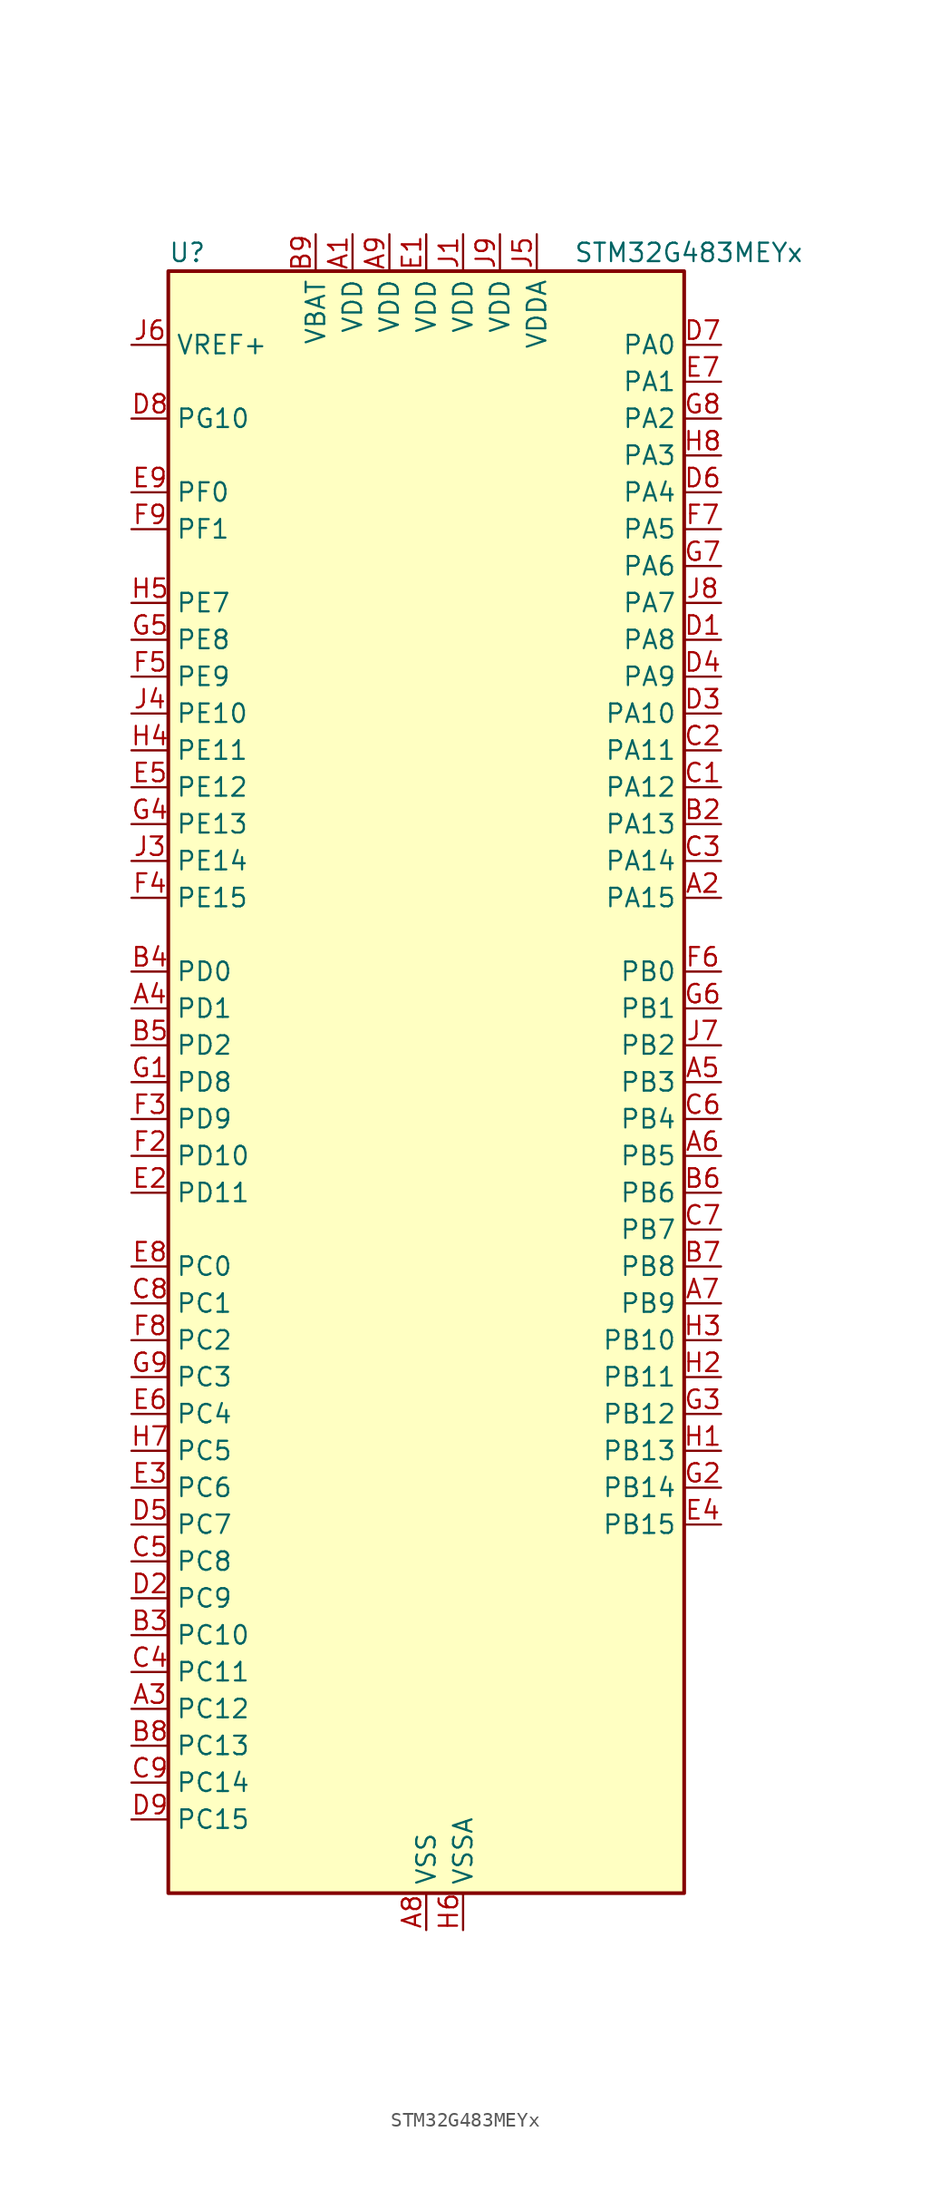
<source format=kicad_sym>
(kicad_symbol_lib
  (version 20241209)
  (generator "kicad_symbol_editor")
  (generator_version "9.0")
  (symbol "STM32G483MEYx"
    (property "Reference" "U"
      (at -17.78 57.15 0)
      (effects (font (size 1.27 1.27)) (justify left)))
    (property "Value" "STM32G483MEYx"
      (at 10.16 57.15 0)
      (effects (font (size 1.27 1.27)) (justify left)))
    (symbol "STM32G483MEYx_0_1"
      (rectangle (start -17.78 -55.88) (end 17.78 55.88) (stroke (width 0.254) (type default)) (fill (type background))))
    (symbol "STM32G483MEYx_1_1"
      (pin input line (at -20.32 50.8 0) (length 2.54) (name "VREF+" (effects (font (size 1.27 1.27)))) (number "J6" (effects (font (size 1.27 1.27)))) (alternate "VREFBUF_OUT" bidirectional line))
      (pin bidirectional line (at -20.32 45.72 0) (length 2.54) (name "PG10" (effects (font (size 1.27 1.27)))) (number "D8" (effects (font (size 1.27 1.27)))) (alternate "DAC1_EXTI10" bidirectional line) (alternate "DAC2_EXTI10" bidirectional line) (alternate "DAC3_EXTI10" bidirectional line) (alternate "DAC4_EXTI10" bidirectional line) (alternate "RCC_MCO" bidirectional line))
      (pin bidirectional line (at -20.32 40.64 0) (length 2.54) (name "PF0" (effects (font (size 1.27 1.27)))) (number "E9" (effects (font (size 1.27 1.27)))) (alternate "ADC1_IN10" bidirectional line) (alternate "I2C2_SDA" bidirectional line) (alternate "I2S2_WS" bidirectional line) (alternate "RCC_OSC_IN" bidirectional line) (alternate "SPI2_NSS" bidirectional line) (alternate "TIM1_CH3N" bidirectional line))
      (pin bidirectional line (at -20.32 38.1 0) (length 2.54) (name "PF1" (effects (font (size 1.27 1.27)))) (number "F9" (effects (font (size 1.27 1.27)))) (alternate "ADC2_IN10" bidirectional line) (alternate "COMP3_INM" bidirectional line) (alternate "I2S2_CK" bidirectional line) (alternate "RCC_OSC_OUT" bidirectional line) (alternate "SPI2_SCK" bidirectional line))
      (pin bidirectional line (at -20.32 33.02 0) (length 2.54) (name "PE7" (effects (font (size 1.27 1.27)))) (number "H5" (effects (font (size 1.27 1.27)))) (alternate "ADC3_IN4" bidirectional line) (alternate "COMP4_INP" bidirectional line) (alternate "SAI1_SD_B" bidirectional line) (alternate "TIM1_ETR" bidirectional line))
      (pin bidirectional line (at -20.32 30.48 0) (length 2.54) (name "PE8" (effects (font (size 1.27 1.27)))) (number "G5" (effects (font (size 1.27 1.27)))) (alternate "ADC3_IN6" bidirectional line) (alternate "ADC4_IN6" bidirectional line) (alternate "ADC5_IN6" bidirectional line) (alternate "COMP4_INM" bidirectional line) (alternate "SAI1_SCK_B" bidirectional line) (alternate "TIM1_CH1N" bidirectional line) (alternate "TIM5_CH3" bidirectional line))
      (pin bidirectional line (at -20.32 27.94 0) (length 2.54) (name "PE9" (effects (font (size 1.27 1.27)))) (number "F5" (effects (font (size 1.27 1.27)))) (alternate "ADC3_IN2" bidirectional line) (alternate "DAC1_EXTI9" bidirectional line) (alternate "DAC2_EXTI9" bidirectional line) (alternate "DAC3_EXTI9" bidirectional line) (alternate "DAC4_EXTI9" bidirectional line) (alternate "SAI1_FS_B" bidirectional line) (alternate "TIM1_CH1" bidirectional line) (alternate "TIM5_CH4" bidirectional line))
      (pin bidirectional line (at -20.32 25.4 0) (length 2.54) (name "PE10" (effects (font (size 1.27 1.27)))) (number "J4" (effects (font (size 1.27 1.27)))) (alternate "ADC3_IN14" bidirectional line) (alternate "ADC4_IN14" bidirectional line) (alternate "ADC5_IN14" bidirectional line) (alternate "DAC1_EXTI10" bidirectional line) (alternate "DAC2_EXTI10" bidirectional line) (alternate "DAC3_EXTI10" bidirectional line) (alternate "DAC4_EXTI10" bidirectional line) (alternate "QUADSPI1_CLK" bidirectional line) (alternate "SAI1_MCLK_B" bidirectional line) (alternate "TIM1_CH2N" bidirectional line))
      (pin bidirectional line (at -20.32 22.86 0) (length 2.54) (name "PE11" (effects (font (size 1.27 1.27)))) (number "H4" (effects (font (size 1.27 1.27)))) (alternate "ADC1_EXTI11" bidirectional line) (alternate "ADC2_EXTI11" bidirectional line) (alternate "ADC3_IN15" bidirectional line) (alternate "ADC4_IN15" bidirectional line) (alternate "ADC5_IN15" bidirectional line) (alternate "QUADSPI1_BK1_NCS" bidirectional line) (alternate "SPI4_NSS" bidirectional line) (alternate "TIM1_CH2" bidirectional line))
      (pin bidirectional line (at -20.32 20.32 0) (length 2.54) (name "PE12" (effects (font (size 1.27 1.27)))) (number "E5" (effects (font (size 1.27 1.27)))) (alternate "ADC3_IN16" bidirectional line) (alternate "ADC4_IN16" bidirectional line) (alternate "ADC5_IN16" bidirectional line) (alternate "QUADSPI1_BK1_IO0" bidirectional line) (alternate "SPI4_SCK" bidirectional line) (alternate "TIM1_CH3N" bidirectional line))
      (pin bidirectional line (at -20.32 17.78 0) (length 2.54) (name "PE13" (effects (font (size 1.27 1.27)))) (number "G4" (effects (font (size 1.27 1.27)))) (alternate "ADC3_IN3" bidirectional line) (alternate "QUADSPI1_BK1_IO1" bidirectional line) (alternate "SPI4_MISO" bidirectional line) (alternate "TIM1_CH3" bidirectional line))
      (pin bidirectional line (at -20.32 15.24 0) (length 2.54) (name "PE14" (effects (font (size 1.27 1.27)))) (number "J3" (effects (font (size 1.27 1.27)))) (alternate "ADC4_IN1" bidirectional line) (alternate "QUADSPI1_BK1_IO2" bidirectional line) (alternate "SPI4_MOSI" bidirectional line) (alternate "TIM1_BKIN2" bidirectional line) (alternate "TIM1_CH4" bidirectional line))
      (pin bidirectional line (at -20.32 12.7 0) (length 2.54) (name "PE15" (effects (font (size 1.27 1.27)))) (number "F4" (effects (font (size 1.27 1.27)))) (alternate "ADC1_EXTI15" bidirectional line) (alternate "ADC2_EXTI15" bidirectional line) (alternate "ADC4_IN2" bidirectional line) (alternate "QUADSPI1_BK1_IO3" bidirectional line) (alternate "TIM1_BKIN" bidirectional line) (alternate "TIM1_CH4N" bidirectional line) (alternate "USART3_RX" bidirectional line))
      (pin bidirectional line (at -20.32 7.62 0) (length 2.54) (name "PD0" (effects (font (size 1.27 1.27)))) (number "B4" (effects (font (size 1.27 1.27)))) (alternate "FDCAN1_RX" bidirectional line) (alternate "TIM8_CH4N" bidirectional line))
      (pin bidirectional line (at -20.32 5.08 0) (length 2.54) (name "PD1" (effects (font (size 1.27 1.27)))) (number "A4" (effects (font (size 1.27 1.27)))) (alternate "FDCAN1_TX" bidirectional line) (alternate "TIM8_BKIN2" bidirectional line) (alternate "TIM8_CH4" bidirectional line))
      (pin bidirectional line (at -20.32 2.54 0) (length 2.54) (name "PD2" (effects (font (size 1.27 1.27)))) (number "B5" (effects (font (size 1.27 1.27)))) (alternate "ADC3_EXTI2" bidirectional line) (alternate "ADC4_EXTI2" bidirectional line) (alternate "ADC5_EXTI2" bidirectional line) (alternate "TIM3_ETR" bidirectional line) (alternate "TIM8_BKIN" bidirectional line) (alternate "UART5_RX" bidirectional line))
      (pin bidirectional line (at -20.32 0 0) (length 2.54) (name "PD8" (effects (font (size 1.27 1.27)))) (number "G1" (effects (font (size 1.27 1.27)))) (alternate "ADC4_IN12" bidirectional line) (alternate "ADC5_IN12" bidirectional line) (alternate "OPAMP4_VINM" bidirectional line) (alternate "OPAMP4_VINM1" bidirectional line) (alternate "OPAMP4_VINM_SEC" bidirectional line) (alternate "USART3_TX" bidirectional line))
      (pin bidirectional line (at -20.32 -2.54 0) (length 2.54) (name "PD9" (effects (font (size 1.27 1.27)))) (number "F3" (effects (font (size 1.27 1.27)))) (alternate "ADC4_IN13" bidirectional line) (alternate "ADC5_IN13" bidirectional line) (alternate "DAC1_EXTI9" bidirectional line) (alternate "DAC2_EXTI9" bidirectional line) (alternate "DAC3_EXTI9" bidirectional line) (alternate "DAC4_EXTI9" bidirectional line) (alternate "OPAMP6_VINP" bidirectional line) (alternate "OPAMP6_VINP_SEC" bidirectional line) (alternate "USART3_RX" bidirectional line))
      (pin bidirectional line (at -20.32 -5.08 0) (length 2.54) (name "PD10" (effects (font (size 1.27 1.27)))) (number "F2" (effects (font (size 1.27 1.27)))) (alternate "ADC3_IN7" bidirectional line) (alternate "ADC4_IN7" bidirectional line) (alternate "ADC5_IN7" bidirectional line) (alternate "COMP6_INM" bidirectional line) (alternate "DAC1_EXTI10" bidirectional line) (alternate "DAC2_EXTI10" bidirectional line) (alternate "DAC3_EXTI10" bidirectional line) (alternate "DAC4_EXTI10" bidirectional line) (alternate "USART3_CK" bidirectional line))
      (pin bidirectional line (at -20.32 -7.62 0) (length 2.54) (name "PD11" (effects (font (size 1.27 1.27)))) (number "E2" (effects (font (size 1.27 1.27)))) (alternate "ADC1_EXTI11" bidirectional line) (alternate "ADC2_EXTI11" bidirectional line) (alternate "ADC3_IN8" bidirectional line) (alternate "ADC4_IN8" bidirectional line) (alternate "ADC5_IN8" bidirectional line) (alternate "COMP6_INP" bidirectional line) (alternate "I2C4_SMBA" bidirectional line) (alternate "OPAMP4_VINP" bidirectional line) (alternate "OPAMP4_VINP_SEC" bidirectional line) (alternate "TIM5_ETR" bidirectional line) (alternate "USART3_CTS" bidirectional line) (alternate "USART3_NSS" bidirectional line))
      (pin bidirectional line (at -20.32 -12.7 0) (length 2.54) (name "PC0" (effects (font (size 1.27 1.27)))) (number "E8" (effects (font (size 1.27 1.27)))) (alternate "ADC1_IN6" bidirectional line) (alternate "ADC2_IN6" bidirectional line) (alternate "COMP3_INM" bidirectional line) (alternate "LPTIM1_IN1" bidirectional line) (alternate "LPUART1_RX" bidirectional line) (alternate "TIM1_CH1" bidirectional line))
      (pin bidirectional line (at -20.32 -15.24 0) (length 2.54) (name "PC1" (effects (font (size 1.27 1.27)))) (number "C8" (effects (font (size 1.27 1.27)))) (alternate "ADC1_IN7" bidirectional line) (alternate "ADC2_IN7" bidirectional line) (alternate "COMP3_INP" bidirectional line) (alternate "LPTIM1_OUT" bidirectional line) (alternate "LPUART1_TX" bidirectional line) (alternate "QUADSPI1_BK2_IO0" bidirectional line) (alternate "SAI1_SD_A" bidirectional line) (alternate "TIM1_CH2" bidirectional line))
      (pin bidirectional line (at -20.32 -17.78 0) (length 2.54) (name "PC2" (effects (font (size 1.27 1.27)))) (number "F8" (effects (font (size 1.27 1.27)))) (alternate "ADC1_IN8" bidirectional line) (alternate "ADC2_IN8" bidirectional line) (alternate "ADC3_EXTI2" bidirectional line) (alternate "ADC4_EXTI2" bidirectional line) (alternate "ADC5_EXTI2" bidirectional line) (alternate "COMP3_OUT" bidirectional line) (alternate "LPTIM1_IN2" bidirectional line) (alternate "QUADSPI1_BK2_IO1" bidirectional line) (alternate "TIM1_CH3" bidirectional line) (alternate "TIM20_CH2" bidirectional line))
      (pin bidirectional line (at -20.32 -20.32 0) (length 2.54) (name "PC3" (effects (font (size 1.27 1.27)))) (number "G9" (effects (font (size 1.27 1.27)))) (alternate "ADC1_IN9" bidirectional line) (alternate "ADC2_IN9" bidirectional line) (alternate "ADC3_EXTI3" bidirectional line) (alternate "ADC4_EXTI3" bidirectional line) (alternate "ADC5_EXTI3" bidirectional line) (alternate "LPTIM1_ETR" bidirectional line) (alternate "OPAMP5_VINP" bidirectional line) (alternate "OPAMP5_VINP_SEC" bidirectional line) (alternate "QUADSPI1_BK2_IO2" bidirectional line) (alternate "SAI1_D1" bidirectional line) (alternate "SAI1_SD_A" bidirectional line) (alternate "TIM1_BKIN2" bidirectional line) (alternate "TIM1_CH4" bidirectional line))
      (pin bidirectional line (at -20.32 -22.86 0) (length 2.54) (name "PC4" (effects (font (size 1.27 1.27)))) (number "E6" (effects (font (size 1.27 1.27)))) (alternate "ADC2_IN5" bidirectional line) (alternate "I2C2_SCL" bidirectional line) (alternate "QUADSPI1_BK2_IO3" bidirectional line) (alternate "TIM1_ETR" bidirectional line) (alternate "USART1_TX" bidirectional line))
      (pin bidirectional line (at -20.32 -25.4 0) (length 2.54) (name "PC5" (effects (font (size 1.27 1.27)))) (number "H7" (effects (font (size 1.27 1.27)))) (alternate "ADC2_IN11" bidirectional line) (alternate "OPAMP1_VINM" bidirectional line) (alternate "OPAMP1_VINM1" bidirectional line) (alternate "OPAMP1_VINM_SEC" bidirectional line) (alternate "OPAMP2_VINM" bidirectional line) (alternate "OPAMP2_VINM1" bidirectional line) (alternate "OPAMP2_VINM_SEC" bidirectional line) (alternate "SAI1_D3" bidirectional line) (alternate "SYS_WKUP5" bidirectional line) (alternate "TIM15_BKIN" bidirectional line) (alternate "TIM1_CH4N" bidirectional line) (alternate "USART1_RX" bidirectional line))
      (pin bidirectional line (at -20.32 -27.94 0) (length 2.54) (name "PC6" (effects (font (size 1.27 1.27)))) (number "E3" (effects (font (size 1.27 1.27)))) (alternate "COMP6_OUT" bidirectional line) (alternate "I2C4_SCL" bidirectional line) (alternate "I2S2_MCK" bidirectional line) (alternate "TIM3_CH1" bidirectional line) (alternate "TIM8_CH1" bidirectional line))
      (pin bidirectional line (at -20.32 -30.48 0) (length 2.54) (name "PC7" (effects (font (size 1.27 1.27)))) (number "D5" (effects (font (size 1.27 1.27)))) (alternate "COMP5_OUT" bidirectional line) (alternate "I2C4_SDA" bidirectional line) (alternate "I2S3_MCK" bidirectional line) (alternate "TIM3_CH2" bidirectional line) (alternate "TIM8_CH2" bidirectional line))
      (pin bidirectional line (at -20.32 -33.02 0) (length 2.54) (name "PC8" (effects (font (size 1.27 1.27)))) (number "C5" (effects (font (size 1.27 1.27)))) (alternate "COMP7_OUT" bidirectional line) (alternate "I2C3_SCL" bidirectional line) (alternate "TIM20_CH3" bidirectional line) (alternate "TIM3_CH3" bidirectional line) (alternate "TIM8_CH3" bidirectional line))
      (pin bidirectional line (at -20.32 -35.56 0) (length 2.54) (name "PC9" (effects (font (size 1.27 1.27)))) (number "D2" (effects (font (size 1.27 1.27)))) (alternate "DAC1_EXTI9" bidirectional line) (alternate "DAC2_EXTI9" bidirectional line) (alternate "DAC3_EXTI9" bidirectional line) (alternate "DAC4_EXTI9" bidirectional line) (alternate "I2C3_SDA" bidirectional line) (alternate "I2S_CKIN" bidirectional line) (alternate "TIM3_CH4" bidirectional line) (alternate "TIM8_BKIN2" bidirectional line) (alternate "TIM8_CH4" bidirectional line))
      (pin bidirectional line (at -20.32 -38.1 0) (length 2.54) (name "PC10" (effects (font (size 1.27 1.27)))) (number "B3" (effects (font (size 1.27 1.27)))) (alternate "DAC1_EXTI10" bidirectional line) (alternate "DAC2_EXTI10" bidirectional line) (alternate "DAC3_EXTI10" bidirectional line) (alternate "DAC4_EXTI10" bidirectional line) (alternate "I2S3_CK" bidirectional line) (alternate "SPI3_SCK" bidirectional line) (alternate "TIM8_CH1N" bidirectional line) (alternate "UART4_TX" bidirectional line) (alternate "USART3_TX" bidirectional line))
      (pin bidirectional line (at -20.32 -40.64 0) (length 2.54) (name "PC11" (effects (font (size 1.27 1.27)))) (number "C4" (effects (font (size 1.27 1.27)))) (alternate "ADC1_EXTI11" bidirectional line) (alternate "ADC2_EXTI11" bidirectional line) (alternate "I2C3_SDA" bidirectional line) (alternate "SPI3_MISO" bidirectional line) (alternate "TIM8_CH2N" bidirectional line) (alternate "UART4_RX" bidirectional line) (alternate "USART3_RX" bidirectional line))
      (pin bidirectional line (at -20.32 -43.18 0) (length 2.54) (name "PC12" (effects (font (size 1.27 1.27)))) (number "A3" (effects (font (size 1.27 1.27)))) (alternate "I2S3_SD" bidirectional line) (alternate "SPI3_MOSI" bidirectional line) (alternate "TIM5_CH2" bidirectional line) (alternate "TIM8_CH3N" bidirectional line) (alternate "UART5_TX" bidirectional line) (alternate "UCPD1_FRSTX1" bidirectional line) (alternate "UCPD1_FRSTX2" bidirectional line) (alternate "USART3_CK" bidirectional line))
      (pin bidirectional line (at -20.32 -45.72 0) (length 2.54) (name "PC13" (effects (font (size 1.27 1.27)))) (number "B8" (effects (font (size 1.27 1.27)))) (alternate "RTC_OUT1" bidirectional line) (alternate "RTC_TAMP1" bidirectional line) (alternate "RTC_TS" bidirectional line) (alternate "SYS_WKUP2" bidirectional line) (alternate "TIM1_BKIN" bidirectional line) (alternate "TIM1_CH1N" bidirectional line) (alternate "TIM8_CH4N" bidirectional line))
      (pin bidirectional line (at -20.32 -48.26 0) (length 2.54) (name "PC14" (effects (font (size 1.27 1.27)))) (number "C9" (effects (font (size 1.27 1.27)))) (alternate "RCC_OSC32_IN" bidirectional line))
      (pin bidirectional line (at -20.32 -50.8 0) (length 2.54) (name "PC15" (effects (font (size 1.27 1.27)))) (number "D9" (effects (font (size 1.27 1.27)))) (alternate "ADC1_EXTI15" bidirectional line) (alternate "ADC2_EXTI15" bidirectional line) (alternate "RCC_OSC32_OUT" bidirectional line))
      (pin power_in line (at -7.62 58.42 270) (length 2.54) (name "VBAT" (effects (font (size 1.27 1.27)))) (number "B9" (effects (font (size 1.27 1.27)))))
      (pin power_in line (at -5.08 58.42 270) (length 2.54) (name "VDD" (effects (font (size 1.27 1.27)))) (number "A1" (effects (font (size 1.27 1.27)))))
      (pin power_in line (at -2.54 58.42 270) (length 2.54) (name "VDD" (effects (font (size 1.27 1.27)))) (number "A9" (effects (font (size 1.27 1.27)))))
      (pin power_in line (at 0 58.42 270) (length 2.54) (name "VDD" (effects (font (size 1.27 1.27)))) (number "E1" (effects (font (size 1.27 1.27)))))
      (pin power_in line (at 0 -58.42 90) (length 2.54) (name "VSS" (effects (font (size 1.27 1.27)))) (number "A8" (effects (font (size 1.27 1.27)))))
      (pin passive line (at 0 -58.42 90) (length 2.54) (hide yes) (name "VSS" (effects (font (size 1.27 1.27)))) (number "B1" (effects (font (size 1.27 1.27)))))
      (pin passive line (at 0 -58.42 90) (length 2.54) (hide yes) (name "VSS" (effects (font (size 1.27 1.27)))) (number "F1" (effects (font (size 1.27 1.27)))))
      (pin passive line (at 0 -58.42 90) (length 2.54) (hide yes) (name "VSS" (effects (font (size 1.27 1.27)))) (number "H9" (effects (font (size 1.27 1.27)))))
      (pin passive line (at 0 -58.42 90) (length 2.54) (hide yes) (name "VSS" (effects (font (size 1.27 1.27)))) (number "J2" (effects (font (size 1.27 1.27)))))
      (pin power_in line (at 2.54 58.42 270) (length 2.54) (name "VDD" (effects (font (size 1.27 1.27)))) (number "J1" (effects (font (size 1.27 1.27)))))
      (pin power_in line (at 2.54 -58.42 90) (length 2.54) (name "VSSA" (effects (font (size 1.27 1.27)))) (number "H6" (effects (font (size 1.27 1.27)))))
      (pin power_in line (at 5.08 58.42 270) (length 2.54) (name "VDD" (effects (font (size 1.27 1.27)))) (number "J9" (effects (font (size 1.27 1.27)))))
      (pin power_in line (at 7.62 58.42 270) (length 2.54) (name "VDDA" (effects (font (size 1.27 1.27)))) (number "J5" (effects (font (size 1.27 1.27)))))
      (pin bidirectional line (at 20.32 50.8 180) (length 2.54) (name "PA0" (effects (font (size 1.27 1.27)))) (number "D7" (effects (font (size 1.27 1.27)))) (alternate "ADC1_IN1" bidirectional line) (alternate "ADC2_IN1" bidirectional line) (alternate "COMP1_INM" bidirectional line) (alternate "COMP1_OUT" bidirectional line) (alternate "COMP3_INP" bidirectional line) (alternate "RTC_TAMP2" bidirectional line) (alternate "SYS_WKUP1" bidirectional line) (alternate "TIM2_CH1" bidirectional line) (alternate "TIM2_ETR" bidirectional line) (alternate "TIM5_CH1" bidirectional line) (alternate "TIM8_BKIN" bidirectional line) (alternate "TIM8_ETR" bidirectional line) (alternate "USART2_CTS" bidirectional line) (alternate "USART2_NSS" bidirectional line))
      (pin bidirectional line (at 20.32 48.26 180) (length 2.54) (name "PA1" (effects (font (size 1.27 1.27)))) (number "E7" (effects (font (size 1.27 1.27)))) (alternate "ADC1_IN2" bidirectional line) (alternate "ADC2_IN2" bidirectional line) (alternate "COMP1_INP" bidirectional line) (alternate "OPAMP1_VINP" bidirectional line) (alternate "OPAMP1_VINP_SEC" bidirectional line) (alternate "OPAMP3_VINP" bidirectional line) (alternate "OPAMP3_VINP_SEC" bidirectional line) (alternate "OPAMP6_VINM" bidirectional line) (alternate "OPAMP6_VINM0" bidirectional line) (alternate "OPAMP6_VINM_SEC" bidirectional line) (alternate "RTC_REFIN" bidirectional line) (alternate "TIM15_CH1N" bidirectional line) (alternate "TIM2_CH2" bidirectional line) (alternate "TIM5_CH2" bidirectional line) (alternate "USART2_DE" bidirectional line) (alternate "USART2_RTS" bidirectional line))
      (pin bidirectional line (at 20.32 45.72 180) (length 2.54) (name "PA2" (effects (font (size 1.27 1.27)))) (number "G8" (effects (font (size 1.27 1.27)))) (alternate "ADC1_IN3" bidirectional line) (alternate "ADC3_EXTI2" bidirectional line) (alternate "ADC4_EXTI2" bidirectional line) (alternate "ADC5_EXTI2" bidirectional line) (alternate "COMP2_INM" bidirectional line) (alternate "COMP2_OUT" bidirectional line) (alternate "LPUART1_TX" bidirectional line) (alternate "OPAMP1_VOUT" bidirectional line) (alternate "QUADSPI1_BK1_NCS" bidirectional line) (alternate "RCC_LSCO" bidirectional line) (alternate "SYS_WKUP4" bidirectional line) (alternate "TIM15_CH1" bidirectional line) (alternate "TIM2_CH3" bidirectional line) (alternate "TIM5_CH3" bidirectional line) (alternate "UCPD1_FRSTX1" bidirectional line) (alternate "UCPD1_FRSTX2" bidirectional line) (alternate "USART2_TX" bidirectional line))
      (pin bidirectional line (at 20.32 43.18 180) (length 2.54) (name "PA3" (effects (font (size 1.27 1.27)))) (number "H8" (effects (font (size 1.27 1.27)))) (alternate "ADC1_IN4" bidirectional line) (alternate "ADC3_EXTI3" bidirectional line) (alternate "ADC4_EXTI3" bidirectional line) (alternate "ADC5_EXTI3" bidirectional line) (alternate "COMP2_INP" bidirectional line) (alternate "LPUART1_RX" bidirectional line) (alternate "OPAMP1_VINM" bidirectional line) (alternate "OPAMP1_VINM0" bidirectional line) (alternate "OPAMP1_VINM_SEC" bidirectional line) (alternate "OPAMP1_VINP" bidirectional line) (alternate "OPAMP1_VINP_SEC" bidirectional line) (alternate "OPAMP5_VINM" bidirectional line) (alternate "OPAMP5_VINM1" bidirectional line) (alternate "OPAMP5_VINM_SEC" bidirectional line) (alternate "QUADSPI1_CLK" bidirectional line) (alternate "SAI1_CK1" bidirectional line) (alternate "SAI1_MCLK_A" bidirectional line) (alternate "TIM15_CH2" bidirectional line) (alternate "TIM2_CH4" bidirectional line) (alternate "TIM5_CH4" bidirectional line) (alternate "USART2_RX" bidirectional line))
      (pin bidirectional line (at 20.32 40.64 180) (length 2.54) (name "PA4" (effects (font (size 1.27 1.27)))) (number "D6" (effects (font (size 1.27 1.27)))) (alternate "ADC2_IN17" bidirectional line) (alternate "COMP1_INM" bidirectional line) (alternate "DAC1_OUT1" bidirectional line) (alternate "I2S3_WS" bidirectional line) (alternate "SAI1_FS_B" bidirectional line) (alternate "SPI1_NSS" bidirectional line) (alternate "SPI3_NSS" bidirectional line) (alternate "TIM3_CH2" bidirectional line) (alternate "USART2_CK" bidirectional line))
      (pin bidirectional line (at 20.32 38.1 180) (length 2.54) (name "PA5" (effects (font (size 1.27 1.27)))) (number "F7" (effects (font (size 1.27 1.27)))) (alternate "ADC2_IN13" bidirectional line) (alternate "COMP2_INM" bidirectional line) (alternate "DAC1_OUT2" bidirectional line) (alternate "OPAMP2_VINM" bidirectional line) (alternate "OPAMP2_VINM0" bidirectional line) (alternate "OPAMP2_VINM_SEC" bidirectional line) (alternate "SPI1_SCK" bidirectional line) (alternate "TIM2_CH1" bidirectional line) (alternate "TIM2_ETR" bidirectional line) (alternate "UCPD1_FRSTX1" bidirectional line) (alternate "UCPD1_FRSTX2" bidirectional line))
      (pin bidirectional line (at 20.32 35.56 180) (length 2.54) (name "PA6" (effects (font (size 1.27 1.27)))) (number "G7" (effects (font (size 1.27 1.27)))) (alternate "ADC2_IN3" bidirectional line) (alternate "COMP1_OUT" bidirectional line) (alternate "DAC2_OUT1" bidirectional line) (alternate "LPUART1_CTS" bidirectional line) (alternate "OPAMP2_VOUT" bidirectional line) (alternate "QUADSPI1_BK1_IO3" bidirectional line) (alternate "SPI1_MISO" bidirectional line) (alternate "TIM16_CH1" bidirectional line) (alternate "TIM1_BKIN" bidirectional line) (alternate "TIM3_CH1" bidirectional line) (alternate "TIM8_BKIN" bidirectional line))
      (pin bidirectional line (at 20.32 33.02 180) (length 2.54) (name "PA7" (effects (font (size 1.27 1.27)))) (number "J8" (effects (font (size 1.27 1.27)))) (alternate "ADC2_IN4" bidirectional line) (alternate "COMP2_INP" bidirectional line) (alternate "COMP2_OUT" bidirectional line) (alternate "OPAMP1_VINP" bidirectional line) (alternate "OPAMP1_VINP_SEC" bidirectional line) (alternate "OPAMP2_VINP" bidirectional line) (alternate "OPAMP2_VINP_SEC" bidirectional line) (alternate "QUADSPI1_BK1_IO2" bidirectional line) (alternate "SPI1_MOSI" bidirectional line) (alternate "TIM17_CH1" bidirectional line) (alternate "TIM1_CH1N" bidirectional line) (alternate "TIM3_CH2" bidirectional line) (alternate "TIM8_CH1N" bidirectional line) (alternate "UCPD1_FRSTX1" bidirectional line) (alternate "UCPD1_FRSTX2" bidirectional line))
      (pin bidirectional line (at 20.32 30.48 180) (length 2.54) (name "PA8" (effects (font (size 1.27 1.27)))) (number "D1" (effects (font (size 1.27 1.27)))) (alternate "ADC5_IN1" bidirectional line) (alternate "COMP7_OUT" bidirectional line) (alternate "FDCAN3_RX" bidirectional line) (alternate "I2C2_SDA" bidirectional line) (alternate "I2C3_SCL" bidirectional line) (alternate "I2S2_MCK" bidirectional line) (alternate "OPAMP5_VOUT" bidirectional line) (alternate "RCC_MCO" bidirectional line) (alternate "SAI1_CK2" bidirectional line) (alternate "SAI1_SCK_A" bidirectional line) (alternate "TIM1_CH1" bidirectional line) (alternate "TIM4_ETR" bidirectional line) (alternate "USART1_CK" bidirectional line))
      (pin bidirectional line (at 20.32 27.94 180) (length 2.54) (name "PA9" (effects (font (size 1.27 1.27)))) (number "D4" (effects (font (size 1.27 1.27)))) (alternate "ADC5_IN2" bidirectional line) (alternate "COMP5_OUT" bidirectional line) (alternate "DAC1_EXTI9" bidirectional line) (alternate "DAC2_EXTI9" bidirectional line) (alternate "DAC3_EXTI9" bidirectional line) (alternate "DAC4_EXTI9" bidirectional line) (alternate "I2C2_SCL" bidirectional line) (alternate "I2C3_SMBA" bidirectional line) (alternate "I2S3_MCK" bidirectional line) (alternate "SAI1_FS_A" bidirectional line) (alternate "TIM15_BKIN" bidirectional line) (alternate "TIM1_CH2" bidirectional line) (alternate "TIM2_CH3" bidirectional line) (alternate "UCPD1_DBCC1" bidirectional line) (alternate "USART1_TX" bidirectional line))
      (pin bidirectional line (at 20.32 25.4 180) (length 2.54) (name "PA10" (effects (font (size 1.27 1.27)))) (number "D3" (effects (font (size 1.27 1.27)))) (alternate "COMP6_OUT" bidirectional line) (alternate "CRS_SYNC" bidirectional line) (alternate "DAC1_EXTI10" bidirectional line) (alternate "DAC2_EXTI10" bidirectional line) (alternate "DAC3_EXTI10" bidirectional line) (alternate "DAC4_EXTI10" bidirectional line) (alternate "I2C2_SMBA" bidirectional line) (alternate "SAI1_D1" bidirectional line) (alternate "SAI1_SD_A" bidirectional line) (alternate "SPI2_MISO" bidirectional line) (alternate "TIM17_BKIN" bidirectional line) (alternate "TIM1_CH3" bidirectional line) (alternate "TIM2_CH4" bidirectional line) (alternate "TIM8_BKIN" bidirectional line) (alternate "UCPD1_DBCC2" bidirectional line) (alternate "USART1_RX" bidirectional line))
      (pin bidirectional line (at 20.32 22.86 180) (length 2.54) (name "PA11" (effects (font (size 1.27 1.27)))) (number "C2" (effects (font (size 1.27 1.27)))) (alternate "ADC1_EXTI11" bidirectional line) (alternate "ADC2_EXTI11" bidirectional line) (alternate "COMP1_OUT" bidirectional line) (alternate "FDCAN1_RX" bidirectional line) (alternate "I2S2_SD" bidirectional line) (alternate "SPI2_MOSI" bidirectional line) (alternate "TIM1_BKIN2" bidirectional line) (alternate "TIM1_CH1N" bidirectional line) (alternate "TIM1_CH4" bidirectional line) (alternate "TIM4_CH1" bidirectional line) (alternate "USART1_CTS" bidirectional line) (alternate "USART1_NSS" bidirectional line) (alternate "USB_DM" bidirectional line))
      (pin bidirectional line (at 20.32 20.32 180) (length 2.54) (name "PA12" (effects (font (size 1.27 1.27)))) (number "C1" (effects (font (size 1.27 1.27)))) (alternate "COMP2_OUT" bidirectional line) (alternate "FDCAN1_TX" bidirectional line) (alternate "I2S_CKIN" bidirectional line) (alternate "TIM16_CH1" bidirectional line) (alternate "TIM1_CH2N" bidirectional line) (alternate "TIM1_ETR" bidirectional line) (alternate "TIM4_CH2" bidirectional line) (alternate "USART1_DE" bidirectional line) (alternate "USART1_RTS" bidirectional line) (alternate "USB_DP" bidirectional line))
      (pin bidirectional line (at 20.32 17.78 180) (length 2.54) (name "PA13" (effects (font (size 1.27 1.27)))) (number "B2" (effects (font (size 1.27 1.27)))) (alternate "I2C1_SCL" bidirectional line) (alternate "I2C4_SCL" bidirectional line) (alternate "IR_OUT" bidirectional line) (alternate "SAI1_SD_B" bidirectional line) (alternate "SYS_JTMS-SWDIO" bidirectional line) (alternate "TIM16_CH1N" bidirectional line) (alternate "TIM4_CH3" bidirectional line) (alternate "USART3_CTS" bidirectional line) (alternate "USART3_NSS" bidirectional line))
      (pin bidirectional line (at 20.32 15.24 180) (length 2.54) (name "PA14" (effects (font (size 1.27 1.27)))) (number "C3" (effects (font (size 1.27 1.27)))) (alternate "I2C1_SDA" bidirectional line) (alternate "I2C4_SMBA" bidirectional line) (alternate "LPTIM1_OUT" bidirectional line) (alternate "SAI1_FS_B" bidirectional line) (alternate "SYS_JTCK-SWCLK" bidirectional line) (alternate "TIM1_BKIN" bidirectional line) (alternate "TIM8_CH2" bidirectional line) (alternate "USART2_TX" bidirectional line))
      (pin bidirectional line (at 20.32 12.7 180) (length 2.54) (name "PA15" (effects (font (size 1.27 1.27)))) (number "A2" (effects (font (size 1.27 1.27)))) (alternate "ADC1_EXTI15" bidirectional line) (alternate "ADC2_EXTI15" bidirectional line) (alternate "FDCAN3_TX" bidirectional line) (alternate "I2C1_SCL" bidirectional line) (alternate "I2S3_WS" bidirectional line) (alternate "SPI1_NSS" bidirectional line) (alternate "SPI3_NSS" bidirectional line) (alternate "SYS_JTDI" bidirectional line) (alternate "TIM1_BKIN" bidirectional line) (alternate "TIM2_CH1" bidirectional line) (alternate "TIM2_ETR" bidirectional line) (alternate "TIM8_CH1" bidirectional line) (alternate "UART4_DE" bidirectional line) (alternate "UART4_RTS" bidirectional line) (alternate "USART2_RX" bidirectional line))
      (pin bidirectional line (at 20.32 7.62 180) (length 2.54) (name "PB0" (effects (font (size 1.27 1.27)))) (number "F6" (effects (font (size 1.27 1.27)))) (alternate "ADC1_IN15" bidirectional line) (alternate "ADC3_IN12" bidirectional line) (alternate "COMP4_INP" bidirectional line) (alternate "OPAMP2_VINP" bidirectional line) (alternate "OPAMP2_VINP_SEC" bidirectional line) (alternate "OPAMP3_VINP" bidirectional line) (alternate "OPAMP3_VINP_SEC" bidirectional line) (alternate "QUADSPI1_BK1_IO1" bidirectional line) (alternate "TIM1_CH2N" bidirectional line) (alternate "TIM3_CH3" bidirectional line) (alternate "TIM8_CH2N" bidirectional line) (alternate "UCPD1_FRSTX1" bidirectional line) (alternate "UCPD1_FRSTX2" bidirectional line))
      (pin bidirectional line (at 20.32 5.08 180) (length 2.54) (name "PB1" (effects (font (size 1.27 1.27)))) (number "G6" (effects (font (size 1.27 1.27)))) (alternate "ADC1_IN12" bidirectional line) (alternate "ADC3_IN1" bidirectional line) (alternate "COMP1_INP" bidirectional line) (alternate "COMP4_OUT" bidirectional line) (alternate "LPUART1_DE" bidirectional line) (alternate "LPUART1_RTS" bidirectional line) (alternate "OPAMP3_VOUT" bidirectional line) (alternate "OPAMP6_VINM" bidirectional line) (alternate "OPAMP6_VINM1" bidirectional line) (alternate "OPAMP6_VINM_SEC" bidirectional line) (alternate "QUADSPI1_BK1_IO0" bidirectional line) (alternate "TIM1_CH3N" bidirectional line) (alternate "TIM3_CH4" bidirectional line) (alternate "TIM8_CH3N" bidirectional line))
      (pin bidirectional line (at 20.32 2.54 180) (length 2.54) (name "PB2" (effects (font (size 1.27 1.27)))) (number "J7" (effects (font (size 1.27 1.27)))) (alternate "ADC2_IN12" bidirectional line) (alternate "ADC3_EXTI2" bidirectional line) (alternate "ADC4_EXTI2" bidirectional line) (alternate "ADC5_EXTI2" bidirectional line) (alternate "COMP4_INM" bidirectional line) (alternate "I2C3_SMBA" bidirectional line) (alternate "LPTIM1_OUT" bidirectional line) (alternate "OPAMP3_VINM" bidirectional line) (alternate "OPAMP3_VINM0" bidirectional line) (alternate "OPAMP3_VINM_SEC" bidirectional line) (alternate "QUADSPI1_BK2_IO1" bidirectional line) (alternate "RTC_OUT2" bidirectional line) (alternate "TIM20_CH1" bidirectional line) (alternate "TIM5_CH1" bidirectional line))
      (pin bidirectional line (at 20.32 0 180) (length 2.54) (name "PB3" (effects (font (size 1.27 1.27)))) (number "A5" (effects (font (size 1.27 1.27)))) (alternate "ADC3_EXTI3" bidirectional line) (alternate "ADC4_EXTI3" bidirectional line) (alternate "ADC5_EXTI3" bidirectional line) (alternate "CRS_SYNC" bidirectional line) (alternate "FDCAN3_RX" bidirectional line) (alternate "I2S3_CK" bidirectional line) (alternate "SAI1_SCK_B" bidirectional line) (alternate "SPI1_SCK" bidirectional line) (alternate "SPI3_SCK" bidirectional line) (alternate "SYS_JTDO-SWO" bidirectional line) (alternate "TIM2_CH2" bidirectional line) (alternate "TIM3_ETR" bidirectional line) (alternate "TIM4_ETR" bidirectional line) (alternate "TIM8_CH1N" bidirectional line) (alternate "USART2_TX" bidirectional line))
      (pin bidirectional line (at 20.32 -2.54 180) (length 2.54) (name "PB4" (effects (font (size 1.27 1.27)))) (number "C6" (effects (font (size 1.27 1.27)))) (alternate "FDCAN3_TX" bidirectional line) (alternate "SAI1_MCLK_B" bidirectional line) (alternate "SPI1_MISO" bidirectional line) (alternate "SPI3_MISO" bidirectional line) (alternate "SYS_JTRST" bidirectional line) (alternate "TIM16_CH1" bidirectional line) (alternate "TIM17_BKIN" bidirectional line) (alternate "TIM3_CH1" bidirectional line) (alternate "TIM8_CH2N" bidirectional line) (alternate "UART5_DE" bidirectional line) (alternate "UART5_RTS" bidirectional line) (alternate "UCPD1_CC2" bidirectional line) (alternate "USART2_RX" bidirectional line))
      (pin bidirectional line (at 20.32 -5.08 180) (length 2.54) (name "PB5" (effects (font (size 1.27 1.27)))) (number "A6" (effects (font (size 1.27 1.27)))) (alternate "FDCAN2_RX" bidirectional line) (alternate "I2C1_SMBA" bidirectional line) (alternate "I2C3_SDA" bidirectional line) (alternate "I2S3_SD" bidirectional line) (alternate "LPTIM1_IN1" bidirectional line) (alternate "SAI1_SD_B" bidirectional line) (alternate "SPI1_MOSI" bidirectional line) (alternate "SPI3_MOSI" bidirectional line) (alternate "TIM16_BKIN" bidirectional line) (alternate "TIM17_CH1" bidirectional line) (alternate "TIM3_CH2" bidirectional line) (alternate "TIM8_CH3N" bidirectional line) (alternate "UART5_CTS" bidirectional line) (alternate "USART2_CK" bidirectional line))
      (pin bidirectional line (at 20.32 -7.62 180) (length 2.54) (name "PB6" (effects (font (size 1.27 1.27)))) (number "B6" (effects (font (size 1.27 1.27)))) (alternate "COMP4_OUT" bidirectional line) (alternate "FDCAN2_TX" bidirectional line) (alternate "LPTIM1_ETR" bidirectional line) (alternate "SAI1_FS_B" bidirectional line) (alternate "TIM16_CH1N" bidirectional line) (alternate "TIM4_CH1" bidirectional line) (alternate "TIM8_BKIN2" bidirectional line) (alternate "TIM8_CH1" bidirectional line) (alternate "TIM8_ETR" bidirectional line) (alternate "UCPD1_CC1" bidirectional line) (alternate "USART1_TX" bidirectional line))
      (pin bidirectional line (at 20.32 -10.16 180) (length 2.54) (name "PB7" (effects (font (size 1.27 1.27)))) (number "C7" (effects (font (size 1.27 1.27)))) (alternate "COMP3_OUT" bidirectional line) (alternate "I2C1_SDA" bidirectional line) (alternate "I2C4_SDA" bidirectional line) (alternate "LPTIM1_IN2" bidirectional line) (alternate "SYS_PVD_IN" bidirectional line) (alternate "TIM17_CH1N" bidirectional line) (alternate "TIM3_CH4" bidirectional line) (alternate "TIM4_CH2" bidirectional line) (alternate "TIM8_BKIN" bidirectional line) (alternate "UART4_CTS" bidirectional line) (alternate "USART1_RX" bidirectional line))
      (pin bidirectional line (at 20.32 -12.7 180) (length 2.54) (name "PB8" (effects (font (size 1.27 1.27)))) (number "B7" (effects (font (size 1.27 1.27)))) (alternate "COMP1_OUT" bidirectional line) (alternate "FDCAN1_RX" bidirectional line) (alternate "I2C1_SCL" bidirectional line) (alternate "SAI1_CK1" bidirectional line) (alternate "SAI1_MCLK_A" bidirectional line) (alternate "TIM16_CH1" bidirectional line) (alternate "TIM1_BKIN" bidirectional line) (alternate "TIM4_CH3" bidirectional line) (alternate "TIM8_CH2" bidirectional line) (alternate "USART3_RX" bidirectional line))
      (pin bidirectional line (at 20.32 -15.24 180) (length 2.54) (name "PB9" (effects (font (size 1.27 1.27)))) (number "A7" (effects (font (size 1.27 1.27)))) (alternate "COMP2_OUT" bidirectional line) (alternate "DAC1_EXTI9" bidirectional line) (alternate "DAC2_EXTI9" bidirectional line) (alternate "DAC3_EXTI9" bidirectional line) (alternate "DAC4_EXTI9" bidirectional line) (alternate "FDCAN1_TX" bidirectional line) (alternate "I2C1_SDA" bidirectional line) (alternate "IR_OUT" bidirectional line) (alternate "SAI1_D2" bidirectional line) (alternate "SAI1_FS_A" bidirectional line) (alternate "TIM17_CH1" bidirectional line) (alternate "TIM1_CH3N" bidirectional line) (alternate "TIM4_CH4" bidirectional line) (alternate "TIM8_CH3" bidirectional line) (alternate "USART3_TX" bidirectional line))
      (pin bidirectional line (at 20.32 -17.78 180) (length 2.54) (name "PB10" (effects (font (size 1.27 1.27)))) (number "H3" (effects (font (size 1.27 1.27)))) (alternate "COMP5_INM" bidirectional line) (alternate "DAC1_EXTI10" bidirectional line) (alternate "DAC2_EXTI10" bidirectional line) (alternate "DAC3_EXTI10" bidirectional line) (alternate "DAC4_EXTI10" bidirectional line) (alternate "LPUART1_RX" bidirectional line) (alternate "OPAMP3_VINM" bidirectional line) (alternate "OPAMP3_VINM1" bidirectional line) (alternate "OPAMP3_VINM_SEC" bidirectional line) (alternate "OPAMP4_VINM" bidirectional line) (alternate "OPAMP4_VINM0" bidirectional line) (alternate "OPAMP4_VINM_SEC" bidirectional line) (alternate "QUADSPI1_CLK" bidirectional line) (alternate "SAI1_SCK_A" bidirectional line) (alternate "TIM1_BKIN" bidirectional line) (alternate "TIM2_CH3" bidirectional line) (alternate "USART3_TX" bidirectional line))
      (pin bidirectional line (at 20.32 -20.32 180) (length 2.54) (name "PB11" (effects (font (size 1.27 1.27)))) (number "H2" (effects (font (size 1.27 1.27)))) (alternate "ADC1_EXTI11" bidirectional line) (alternate "ADC1_IN14" bidirectional line) (alternate "ADC2_EXTI11" bidirectional line) (alternate "ADC2_IN14" bidirectional line) (alternate "COMP6_INP" bidirectional line) (alternate "LPUART1_TX" bidirectional line) (alternate "OPAMP4_VINP" bidirectional line) (alternate "OPAMP4_VINP_SEC" bidirectional line) (alternate "OPAMP6_VOUT" bidirectional line) (alternate "QUADSPI1_BK1_NCS" bidirectional line) (alternate "TIM2_CH4" bidirectional line) (alternate "USART3_RX" bidirectional line))
      (pin bidirectional line (at 20.32 -22.86 180) (length 2.54) (name "PB12" (effects (font (size 1.27 1.27)))) (number "G3" (effects (font (size 1.27 1.27)))) (alternate "ADC1_IN11" bidirectional line) (alternate "ADC4_IN3" bidirectional line) (alternate "COMP7_INM" bidirectional line) (alternate "FDCAN2_RX" bidirectional line) (alternate "I2C2_SMBA" bidirectional line) (alternate "I2S2_WS" bidirectional line) (alternate "LPUART1_DE" bidirectional line) (alternate "LPUART1_RTS" bidirectional line) (alternate "OPAMP4_VOUT" bidirectional line) (alternate "OPAMP6_VINP" bidirectional line) (alternate "OPAMP6_VINP_SEC" bidirectional line) (alternate "SPI2_NSS" bidirectional line) (alternate "TIM1_BKIN" bidirectional line) (alternate "TIM5_ETR" bidirectional line) (alternate "USART3_CK" bidirectional line))
      (pin bidirectional line (at 20.32 -25.4 180) (length 2.54) (name "PB13" (effects (font (size 1.27 1.27)))) (number "H1" (effects (font (size 1.27 1.27)))) (alternate "ADC3_IN5" bidirectional line) (alternate "COMP5_INP" bidirectional line) (alternate "FDCAN2_TX" bidirectional line) (alternate "I2S2_CK" bidirectional line) (alternate "LPUART1_CTS" bidirectional line) (alternate "OPAMP3_VINP" bidirectional line) (alternate "OPAMP3_VINP_SEC" bidirectional line) (alternate "OPAMP4_VINP" bidirectional line) (alternate "OPAMP4_VINP_SEC" bidirectional line) (alternate "OPAMP6_VINP" bidirectional line) (alternate "OPAMP6_VINP_SEC" bidirectional line) (alternate "SPI2_SCK" bidirectional line) (alternate "TIM1_CH1N" bidirectional line) (alternate "USART3_CTS" bidirectional line) (alternate "USART3_NSS" bidirectional line))
      (pin bidirectional line (at 20.32 -27.94 180) (length 2.54) (name "PB14" (effects (font (size 1.27 1.27)))) (number "G2" (effects (font (size 1.27 1.27)))) (alternate "ADC1_IN5" bidirectional line) (alternate "ADC4_IN4" bidirectional line) (alternate "COMP4_OUT" bidirectional line) (alternate "COMP7_INP" bidirectional line) (alternate "OPAMP2_VINP" bidirectional line) (alternate "OPAMP2_VINP_SEC" bidirectional line) (alternate "OPAMP5_VINP" bidirectional line) (alternate "OPAMP5_VINP_SEC" bidirectional line) (alternate "SPI2_MISO" bidirectional line) (alternate "TIM15_CH1" bidirectional line) (alternate "TIM1_CH2N" bidirectional line) (alternate "USART3_DE" bidirectional line) (alternate "USART3_RTS" bidirectional line))
      (pin bidirectional line (at 20.32 -30.48 180) (length 2.54) (name "PB15" (effects (font (size 1.27 1.27)))) (number "E4" (effects (font (size 1.27 1.27)))) (alternate "ADC1_EXTI15" bidirectional line) (alternate "ADC2_EXTI15" bidirectional line) (alternate "ADC2_IN15" bidirectional line) (alternate "ADC4_IN5" bidirectional line) (alternate "COMP3_OUT" bidirectional line) (alternate "COMP6_INM" bidirectional line) (alternate "I2S2_SD" bidirectional line) (alternate "OPAMP5_VINM" bidirectional line) (alternate "OPAMP5_VINM0" bidirectional line) (alternate "OPAMP5_VINM_SEC" bidirectional line) (alternate "RTC_REFIN" bidirectional line) (alternate "SPI2_MOSI" bidirectional line) (alternate "TIM15_CH1N" bidirectional line) (alternate "TIM15_CH2" bidirectional line) (alternate "TIM1_CH3N" bidirectional line)))))
</source>
